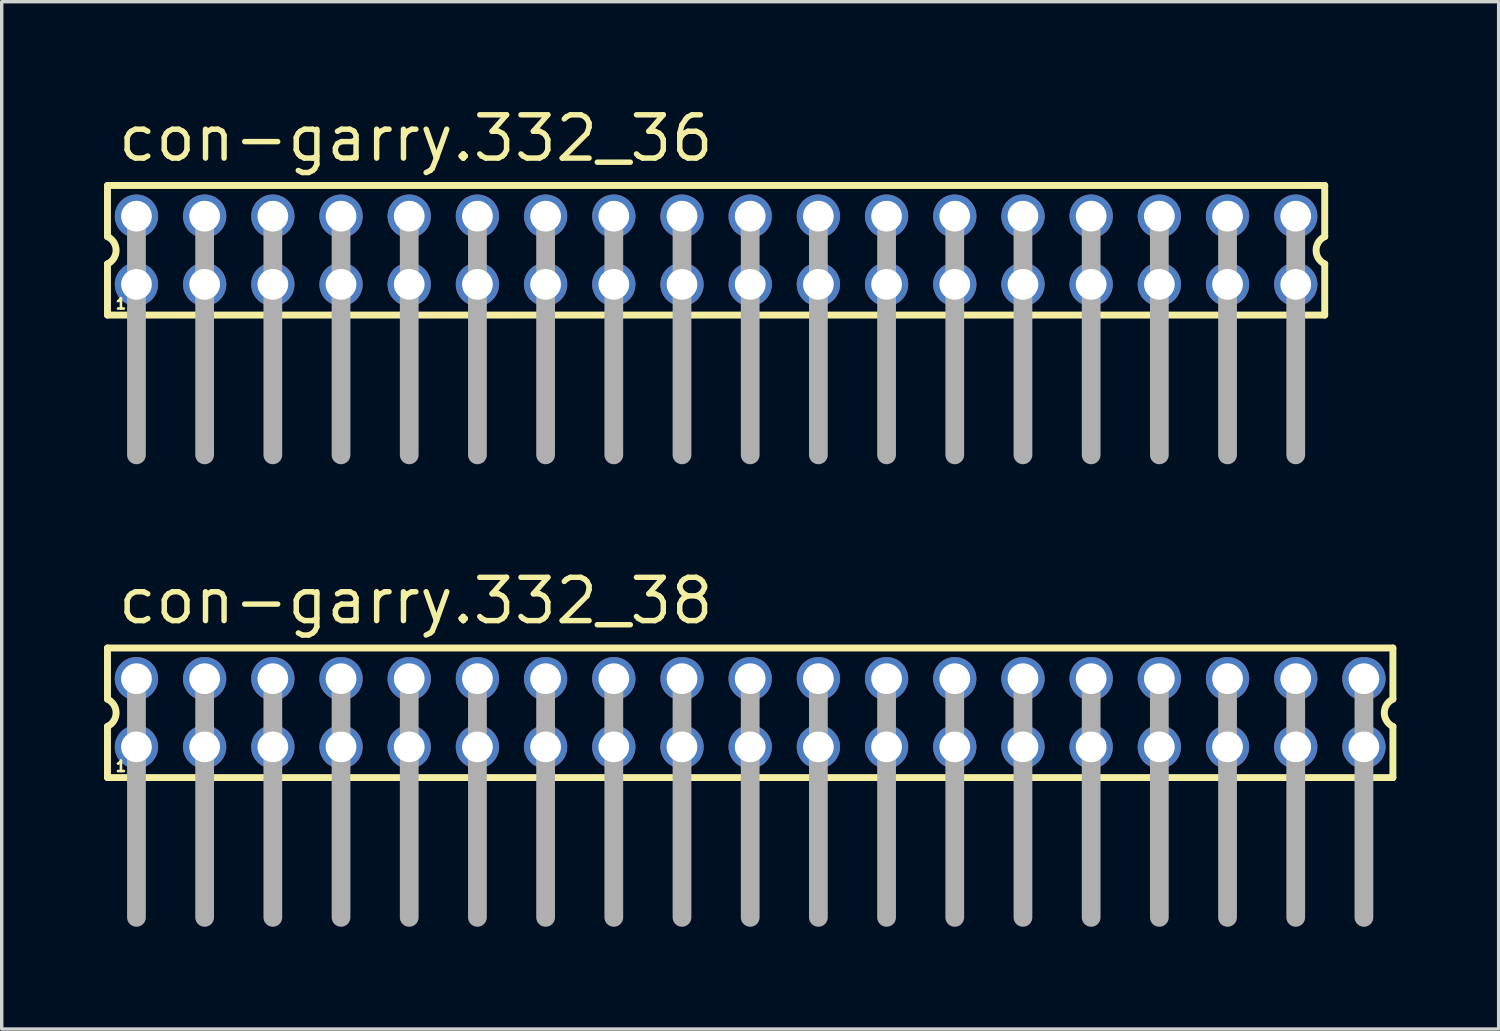
<source format=kicad_pcb>
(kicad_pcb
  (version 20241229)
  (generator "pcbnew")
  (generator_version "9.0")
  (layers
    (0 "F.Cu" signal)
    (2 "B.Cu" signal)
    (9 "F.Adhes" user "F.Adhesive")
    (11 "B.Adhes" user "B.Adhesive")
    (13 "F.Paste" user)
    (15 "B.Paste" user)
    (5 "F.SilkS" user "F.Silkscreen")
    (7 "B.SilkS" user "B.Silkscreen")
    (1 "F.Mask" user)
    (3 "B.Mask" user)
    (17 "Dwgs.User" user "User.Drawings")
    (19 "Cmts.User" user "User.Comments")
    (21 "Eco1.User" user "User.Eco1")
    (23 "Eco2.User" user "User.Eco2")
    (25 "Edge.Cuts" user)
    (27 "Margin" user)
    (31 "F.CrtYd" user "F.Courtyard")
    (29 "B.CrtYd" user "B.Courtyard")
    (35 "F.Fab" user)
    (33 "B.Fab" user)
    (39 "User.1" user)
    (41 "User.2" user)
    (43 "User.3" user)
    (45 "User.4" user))
  (footprint "con-garry.332_36"
    (layer "F.Cu")
    (at 17.952 4.29)
    (property "Reference" "con-garry.332_36" (at -17.62 -2.54 0) (layer "F.SilkS") (effects (font (size 1.27 1.27) (thickness 0.16)) (justify left bottom)))
    (attr through_hole)
    (fp_line (start -17.85 -1.9) (end -17.85 -0.4) (stroke (width 0.203) (type default)) (layer "F.SilkS"))
    (fp_line (start -17.85 0.4) (end -17.85 1.9) (stroke (width 0.203) (type default)) (layer "F.SilkS"))
    (fp_line (start -17.85 1.9) (end 17.85 1.9) (stroke (width 0.203) (type default)) (layer "F.SilkS"))
    (fp_line (start 17.85 -1.9) (end -17.85 -1.9) (stroke (width 0.203) (type default)) (layer "F.SilkS"))
    (fp_line (start 17.85 -0.4) (end 17.85 -1.9) (stroke (width 0.203) (type default)) (layer "F.SilkS"))
    (fp_line (start 17.85 1.9) (end 17.85 0.4) (stroke (width 0.203) (type default)) (layer "F.SilkS"))
    (fp_arc (start -17.85 -0.4) (mid -17.597167 0) (end -17.85 0.4) (stroke (width 0.2032) (type default)) (layer "F.SilkS"))
    (fp_arc (start 17.85 0.4) (mid 17.597167 0) (end 17.85 -0.4) (stroke (width 0.2032) (type default)) (layer "F.SilkS"))
    (fp_line (start -17 -1) (end -17 6) (stroke (width 0.55) (type default)) (layer "F.Fab"))
    (fp_line (start -15 -1) (end -15 6) (stroke (width 0.55) (type default)) (layer "F.Fab"))
    (fp_line (start -13 -1) (end -13 6) (stroke (width 0.55) (type default)) (layer "F.Fab"))
    (fp_line (start -11 -1) (end -11 6) (stroke (width 0.55) (type default)) (layer "F.Fab"))
    (fp_line (start -9 -1) (end -9 6) (stroke (width 0.55) (type default)) (layer "F.Fab"))
    (fp_line (start -7 -1) (end -7 6) (stroke (width 0.55) (type default)) (layer "F.Fab"))
    (fp_line (start -5 -1) (end -5 6) (stroke (width 0.55) (type default)) (layer "F.Fab"))
    (fp_line (start -3 -1) (end -3 6) (stroke (width 0.55) (type default)) (layer "F.Fab"))
    (fp_line (start -1 -1) (end -1 6) (stroke (width 0.55) (type default)) (layer "F.Fab"))
    (fp_line (start 1 -1) (end 1 6) (stroke (width 0.55) (type default)) (layer "F.Fab"))
    (fp_line (start 3 -1) (end 3 6) (stroke (width 0.55) (type default)) (layer "F.Fab"))
    (fp_line (start 5 -1) (end 5 6) (stroke (width 0.55) (type default)) (layer "F.Fab"))
    (fp_line (start 7 -1) (end 7 6) (stroke (width 0.55) (type default)) (layer "F.Fab"))
    (fp_line (start 9 -1) (end 9 6) (stroke (width 0.55) (type default)) (layer "F.Fab"))
    (fp_line (start 11 -1) (end 11 6) (stroke (width 0.55) (type default)) (layer "F.Fab"))
    (fp_line (start 13 -1) (end 13 6) (stroke (width 0.55) (type default)) (layer "F.Fab"))
    (fp_line (start 15 -1) (end 15 6) (stroke (width 0.55) (type default)) (layer "F.Fab"))
    (fp_line (start 17 -1) (end 17 6) (stroke (width 0.55) (type default)) (layer "F.Fab"))
    (fp_rect (start -17.25 -0.75) (end -16.75 -1.25) (stroke (width 0.05) (type default)) (fill no) (layer "F.Fab"))
    (fp_rect (start -17.25 1.25) (end -16.75 0.75) (stroke (width 0.05) (type default)) (fill no) (layer "F.Fab"))
    (fp_rect (start -15.25 -0.75) (end -14.75 -1.25) (stroke (width 0.05) (type default)) (fill no) (layer "F.Fab"))
    (fp_rect (start -15.25 1.25) (end -14.75 0.75) (stroke (width 0.05) (type default)) (fill no) (layer "F.Fab"))
    (fp_rect (start -13.25 -0.75) (end -12.75 -1.25) (stroke (width 0.05) (type default)) (fill no) (layer "F.Fab"))
    (fp_rect (start -13.25 1.25) (end -12.75 0.75) (stroke (width 0.05) (type default)) (fill no) (layer "F.Fab"))
    (fp_rect (start -11.25 -0.75) (end -10.75 -1.25) (stroke (width 0.05) (type default)) (fill no) (layer "F.Fab"))
    (fp_rect (start -11.25 1.25) (end -10.75 0.75) (stroke (width 0.05) (type default)) (fill no) (layer "F.Fab"))
    (fp_rect (start -9.25 -0.75) (end -8.75 -1.25) (stroke (width 0.05) (type default)) (fill no) (layer "F.Fab"))
    (fp_rect (start -9.25 1.25) (end -8.75 0.75) (stroke (width 0.05) (type default)) (fill no) (layer "F.Fab"))
    (fp_rect (start -7.25 -0.75) (end -6.75 -1.25) (stroke (width 0.05) (type default)) (fill no) (layer "F.Fab"))
    (fp_rect (start -7.25 1.25) (end -6.75 0.75) (stroke (width 0.05) (type default)) (fill no) (layer "F.Fab"))
    (fp_rect (start -5.25 -0.75) (end -4.75 -1.25) (stroke (width 0.05) (type default)) (fill no) (layer "F.Fab"))
    (fp_rect (start -5.25 1.25) (end -4.75 0.75) (stroke (width 0.05) (type default)) (fill no) (layer "F.Fab"))
    (fp_rect (start -3.25 -0.75) (end -2.75 -1.25) (stroke (width 0.05) (type default)) (fill no) (layer "F.Fab"))
    (fp_rect (start -3.25 1.25) (end -2.75 0.75) (stroke (width 0.05) (type default)) (fill no) (layer "F.Fab"))
    (fp_rect (start -1.25 -0.75) (end -0.75 -1.25) (stroke (width 0.05) (type default)) (fill no) (layer "F.Fab"))
    (fp_rect (start -1.25 1.25) (end -0.75 0.75) (stroke (width 0.05) (type default)) (fill no) (layer "F.Fab"))
    (fp_rect (start 0.75 -0.75) (end 1.25 -1.25) (stroke (width 0.05) (type default)) (fill no) (layer "F.Fab"))
    (fp_rect (start 0.75 1.25) (end 1.25 0.75) (stroke (width 0.05) (type default)) (fill no) (layer "F.Fab"))
    (fp_rect (start 2.75 -0.75) (end 3.25 -1.25) (stroke (width 0.05) (type default)) (fill no) (layer "F.Fab"))
    (fp_rect (start 2.75 1.25) (end 3.25 0.75) (stroke (width 0.05) (type default)) (fill no) (layer "F.Fab"))
    (fp_rect (start 4.75 -0.75) (end 5.25 -1.25) (stroke (width 0.05) (type default)) (fill no) (layer "F.Fab"))
    (fp_rect (start 4.75 1.25) (end 5.25 0.75) (stroke (width 0.05) (type default)) (fill no) (layer "F.Fab"))
    (fp_rect (start 6.75 -0.75) (end 7.25 -1.25) (stroke (width 0.05) (type default)) (fill no) (layer "F.Fab"))
    (fp_rect (start 6.75 1.25) (end 7.25 0.75) (stroke (width 0.05) (type default)) (fill no) (layer "F.Fab"))
    (fp_rect (start 8.75 -0.75) (end 9.25 -1.25) (stroke (width 0.05) (type default)) (fill no) (layer "F.Fab"))
    (fp_rect (start 8.75 1.25) (end 9.25 0.75) (stroke (width 0.05) (type default)) (fill no) (layer "F.Fab"))
    (fp_rect (start 10.75 -0.75) (end 11.25 -1.25) (stroke (width 0.05) (type default)) (fill no) (layer "F.Fab"))
    (fp_rect (start 10.75 1.25) (end 11.25 0.75) (stroke (width 0.05) (type default)) (fill no) (layer "F.Fab"))
    (fp_rect (start 12.75 -0.75) (end 13.25 -1.25) (stroke (width 0.05) (type default)) (fill no) (layer "F.Fab"))
    (fp_rect (start 12.75 1.25) (end 13.25 0.75) (stroke (width 0.05) (type default)) (fill no) (layer "F.Fab"))
    (fp_rect (start 14.75 -0.75) (end 15.25 -1.25) (stroke (width 0.05) (type default)) (fill no) (layer "F.Fab"))
    (fp_rect (start 14.75 1.25) (end 15.25 0.75) (stroke (width 0.05) (type default)) (fill no) (layer "F.Fab"))
    (fp_rect (start 16.75 -0.75) (end 17.25 -1.25) (stroke (width 0.05) (type default)) (fill no) (layer "F.Fab"))
    (fp_rect (start 16.75 1.25) (end 17.25 0.75) (stroke (width 0.05) (type default)) (fill no) (layer "F.Fab"))
    (fp_text user "1" (at -17.65 1.75 0) (layer "F.SilkS") (effects (font (size 0.305 0.305) (thickness 0.15)) (justify left bottom)))
    (pad "1" thru_hole circle (at -17 1) (size 1.27 1.27) (drill 0.9) (layers "*.Cu" "*.Mask"))
    (pad "2" thru_hole circle (at -17 -1) (size 1.27 1.27) (drill 0.9) (layers "*.Cu" "*.Mask"))
    (pad "3" thru_hole circle (at -15 1) (size 1.27 1.27) (drill 0.9) (layers "*.Cu" "*.Mask"))
    (pad "4" thru_hole circle (at -15 -1) (size 1.27 1.27) (drill 0.9) (layers "*.Cu" "*.Mask"))
    (pad "5" thru_hole circle (at -13 1) (size 1.27 1.27) (drill 0.9) (layers "*.Cu" "*.Mask"))
    (pad "6" thru_hole circle (at -13 -1) (size 1.27 1.27) (drill 0.9) (layers "*.Cu" "*.Mask"))
    (pad "7" thru_hole circle (at -11 1) (size 1.27 1.27) (drill 0.9) (layers "*.Cu" "*.Mask"))
    (pad "8" thru_hole circle (at -11 -1) (size 1.27 1.27) (drill 0.9) (layers "*.Cu" "*.Mask"))
    (pad "9" thru_hole circle (at -9 1) (size 1.27 1.27) (drill 0.9) (layers "*.Cu" "*.Mask"))
    (pad "10" thru_hole circle (at -9 -1) (size 1.27 1.27) (drill 0.9) (layers "*.Cu" "*.Mask"))
    (pad "11" thru_hole circle (at -7 1) (size 1.27 1.27) (drill 0.9) (layers "*.Cu" "*.Mask"))
    (pad "12" thru_hole circle (at -7 -1) (size 1.27 1.27) (drill 0.9) (layers "*.Cu" "*.Mask"))
    (pad "13" thru_hole circle (at -5 1) (size 1.27 1.27) (drill 0.9) (layers "*.Cu" "*.Mask"))
    (pad "14" thru_hole circle (at -5 -1) (size 1.27 1.27) (drill 0.9) (layers "*.Cu" "*.Mask"))
    (pad "15" thru_hole circle (at -3 1) (size 1.27 1.27) (drill 0.9) (layers "*.Cu" "*.Mask"))
    (pad "16" thru_hole circle (at -3 -1) (size 1.27 1.27) (drill 0.9) (layers "*.Cu" "*.Mask"))
    (pad "17" thru_hole circle (at -1 1) (size 1.27 1.27) (drill 0.9) (layers "*.Cu" "*.Mask"))
    (pad "18" thru_hole circle (at -1 -1) (size 1.27 1.27) (drill 0.9) (layers "*.Cu" "*.Mask"))
    (pad "19" thru_hole circle (at 1 1) (size 1.27 1.27) (drill 0.9) (layers "*.Cu" "*.Mask"))
    (pad "20" thru_hole circle (at 1 -1) (size 1.27 1.27) (drill 0.9) (layers "*.Cu" "*.Mask"))
    (pad "21" thru_hole circle (at 3 1) (size 1.27 1.27) (drill 0.9) (layers "*.Cu" "*.Mask"))
    (pad "22" thru_hole circle (at 3 -1) (size 1.27 1.27) (drill 0.9) (layers "*.Cu" "*.Mask"))
    (pad "23" thru_hole circle (at 5 1) (size 1.27 1.27) (drill 0.9) (layers "*.Cu" "*.Mask"))
    (pad "24" thru_hole circle (at 5 -1) (size 1.27 1.27) (drill 0.9) (layers "*.Cu" "*.Mask"))
    (pad "25" thru_hole circle (at 7 1) (size 1.27 1.27) (drill 0.9) (layers "*.Cu" "*.Mask"))
    (pad "26" thru_hole circle (at 7 -1) (size 1.27 1.27) (drill 0.9) (layers "*.Cu" "*.Mask"))
    (pad "27" thru_hole circle (at 9 1) (size 1.27 1.27) (drill 0.9) (layers "*.Cu" "*.Mask"))
    (pad "28" thru_hole circle (at 9 -1) (size 1.27 1.27) (drill 0.9) (layers "*.Cu" "*.Mask"))
    (pad "29" thru_hole circle (at 11 1) (size 1.27 1.27) (drill 0.9) (layers "*.Cu" "*.Mask"))
    (pad "30" thru_hole circle (at 11 -1) (size 1.27 1.27) (drill 0.9) (layers "*.Cu" "*.Mask"))
    (pad "31" thru_hole circle (at 13 1) (size 1.27 1.27) (drill 0.9) (layers "*.Cu" "*.Mask"))
    (pad "32" thru_hole circle (at 13 -1) (size 1.27 1.27) (drill 0.9) (layers "*.Cu" "*.Mask"))
    (pad "33" thru_hole circle (at 15 1) (size 1.27 1.27) (drill 0.9) (layers "*.Cu" "*.Mask"))
    (pad "34" thru_hole circle (at 15 -1) (size 1.27 1.27) (drill 0.9) (layers "*.Cu" "*.Mask"))
    (pad "35" thru_hole circle (at 17 1) (size 1.27 1.27) (drill 0.9) (layers "*.Cu" "*.Mask"))
    (pad "36" thru_hole circle (at 17 -1) (size 1.27 1.27) (drill 0.9) (layers "*.Cu" "*.Mask")))
  (footprint "con-garry.332_38"
    (layer "F.Cu")
    (at 18.952 17.855)
    (property "Reference" "con-garry.332_38" (at -18.62 -2.54 0) (layer "F.SilkS") (effects (font (size 1.27 1.27) (thickness 0.16)) (justify left bottom)))
    (attr through_hole)
    (fp_line (start -18.85 -1.9) (end -18.85 -0.4) (stroke (width 0.203) (type default)) (layer "F.SilkS"))
    (fp_line (start -18.85 0.4) (end -18.85 1.9) (stroke (width 0.203) (type default)) (layer "F.SilkS"))
    (fp_line (start -18.85 1.9) (end 18.85 1.9) (stroke (width 0.203) (type default)) (layer "F.SilkS"))
    (fp_line (start 18.85 -1.9) (end -18.85 -1.9) (stroke (width 0.203) (type default)) (layer "F.SilkS"))
    (fp_line (start 18.85 -0.4) (end 18.85 -1.9) (stroke (width 0.203) (type default)) (layer "F.SilkS"))
    (fp_line (start 18.85 1.9) (end 18.85 0.4) (stroke (width 0.203) (type default)) (layer "F.SilkS"))
    (fp_arc (start -18.85 -0.4) (mid -18.597167 0) (end -18.85 0.4) (stroke (width 0.2032) (type default)) (layer "F.SilkS"))
    (fp_arc (start 18.85 0.4) (mid 18.597167 0) (end 18.85 -0.4) (stroke (width 0.2032) (type default)) (layer "F.SilkS"))
    (fp_line (start -18 -1) (end -18 6) (stroke (width 0.55) (type default)) (layer "F.Fab"))
    (fp_line (start -16 -1) (end -16 6) (stroke (width 0.55) (type default)) (layer "F.Fab"))
    (fp_line (start -14 -1) (end -14 6) (stroke (width 0.55) (type default)) (layer "F.Fab"))
    (fp_line (start -12 -1) (end -12 6) (stroke (width 0.55) (type default)) (layer "F.Fab"))
    (fp_line (start -10 -1) (end -10 6) (stroke (width 0.55) (type default)) (layer "F.Fab"))
    (fp_line (start -8 -1) (end -8 6) (stroke (width 0.55) (type default)) (layer "F.Fab"))
    (fp_line (start -6 -1) (end -6 6) (stroke (width 0.55) (type default)) (layer "F.Fab"))
    (fp_line (start -4 -1) (end -4 6) (stroke (width 0.55) (type default)) (layer "F.Fab"))
    (fp_line (start -2 -1) (end -2 6) (stroke (width 0.55) (type default)) (layer "F.Fab"))
    (fp_line (start 0 -1) (end 0 6) (stroke (width 0.55) (type default)) (layer "F.Fab"))
    (fp_line (start 2 -1) (end 2 6) (stroke (width 0.55) (type default)) (layer "F.Fab"))
    (fp_line (start 4 -1) (end 4 6) (stroke (width 0.55) (type default)) (layer "F.Fab"))
    (fp_line (start 6 -1) (end 6 6) (stroke (width 0.55) (type default)) (layer "F.Fab"))
    (fp_line (start 8 -1) (end 8 6) (stroke (width 0.55) (type default)) (layer "F.Fab"))
    (fp_line (start 10 -1) (end 10 6) (stroke (width 0.55) (type default)) (layer "F.Fab"))
    (fp_line (start 12 -1) (end 12 6) (stroke (width 0.55) (type default)) (layer "F.Fab"))
    (fp_line (start 14 -1) (end 14 6) (stroke (width 0.55) (type default)) (layer "F.Fab"))
    (fp_line (start 16 -1) (end 16 6) (stroke (width 0.55) (type default)) (layer "F.Fab"))
    (fp_line (start 18 -1) (end 18 6) (stroke (width 0.55) (type default)) (layer "F.Fab"))
    (fp_rect (start -18.25 -0.75) (end -17.75 -1.25) (stroke (width 0.05) (type default)) (fill no) (layer "F.Fab"))
    (fp_rect (start -18.25 1.25) (end -17.75 0.75) (stroke (width 0.05) (type default)) (fill no) (layer "F.Fab"))
    (fp_rect (start -16.25 -0.75) (end -15.75 -1.25) (stroke (width 0.05) (type default)) (fill no) (layer "F.Fab"))
    (fp_rect (start -16.25 1.25) (end -15.75 0.75) (stroke (width 0.05) (type default)) (fill no) (layer "F.Fab"))
    (fp_rect (start -14.25 -0.75) (end -13.75 -1.25) (stroke (width 0.05) (type default)) (fill no) (layer "F.Fab"))
    (fp_rect (start -14.25 1.25) (end -13.75 0.75) (stroke (width 0.05) (type default)) (fill no) (layer "F.Fab"))
    (fp_rect (start -12.25 -0.75) (end -11.75 -1.25) (stroke (width 0.05) (type default)) (fill no) (layer "F.Fab"))
    (fp_rect (start -12.25 1.25) (end -11.75 0.75) (stroke (width 0.05) (type default)) (fill no) (layer "F.Fab"))
    (fp_rect (start -10.25 -0.75) (end -9.75 -1.25) (stroke (width 0.05) (type default)) (fill no) (layer "F.Fab"))
    (fp_rect (start -10.25 1.25) (end -9.75 0.75) (stroke (width 0.05) (type default)) (fill no) (layer "F.Fab"))
    (fp_rect (start -8.25 -0.75) (end -7.75 -1.25) (stroke (width 0.05) (type default)) (fill no) (layer "F.Fab"))
    (fp_rect (start -8.25 1.25) (end -7.75 0.75) (stroke (width 0.05) (type default)) (fill no) (layer "F.Fab"))
    (fp_rect (start -6.25 -0.75) (end -5.75 -1.25) (stroke (width 0.05) (type default)) (fill no) (layer "F.Fab"))
    (fp_rect (start -6.25 1.25) (end -5.75 0.75) (stroke (width 0.05) (type default)) (fill no) (layer "F.Fab"))
    (fp_rect (start -4.25 -0.75) (end -3.75 -1.25) (stroke (width 0.05) (type default)) (fill no) (layer "F.Fab"))
    (fp_rect (start -4.25 1.25) (end -3.75 0.75) (stroke (width 0.05) (type default)) (fill no) (layer "F.Fab"))
    (fp_rect (start -2.25 -0.75) (end -1.75 -1.25) (stroke (width 0.05) (type default)) (fill no) (layer "F.Fab"))
    (fp_rect (start -2.25 1.25) (end -1.75 0.75) (stroke (width 0.05) (type default)) (fill no) (layer "F.Fab"))
    (fp_rect (start -0.25 -0.75) (end 0.25 -1.25) (stroke (width 0.05) (type default)) (fill no) (layer "F.Fab"))
    (fp_rect (start -0.25 1.25) (end 0.25 0.75) (stroke (width 0.05) (type default)) (fill no) (layer "F.Fab"))
    (fp_rect (start 1.75 -0.75) (end 2.25 -1.25) (stroke (width 0.05) (type default)) (fill no) (layer "F.Fab"))
    (fp_rect (start 1.75 1.25) (end 2.25 0.75) (stroke (width 0.05) (type default)) (fill no) (layer "F.Fab"))
    (fp_rect (start 3.75 -0.75) (end 4.25 -1.25) (stroke (width 0.05) (type default)) (fill no) (layer "F.Fab"))
    (fp_rect (start 3.75 1.25) (end 4.25 0.75) (stroke (width 0.05) (type default)) (fill no) (layer "F.Fab"))
    (fp_rect (start 5.75 -0.75) (end 6.25 -1.25) (stroke (width 0.05) (type default)) (fill no) (layer "F.Fab"))
    (fp_rect (start 5.75 1.25) (end 6.25 0.75) (stroke (width 0.05) (type default)) (fill no) (layer "F.Fab"))
    (fp_rect (start 7.75 -0.75) (end 8.25 -1.25) (stroke (width 0.05) (type default)) (fill no) (layer "F.Fab"))
    (fp_rect (start 7.75 1.25) (end 8.25 0.75) (stroke (width 0.05) (type default)) (fill no) (layer "F.Fab"))
    (fp_rect (start 9.75 -0.75) (end 10.25 -1.25) (stroke (width 0.05) (type default)) (fill no) (layer "F.Fab"))
    (fp_rect (start 9.75 1.25) (end 10.25 0.75) (stroke (width 0.05) (type default)) (fill no) (layer "F.Fab"))
    (fp_rect (start 11.75 -0.75) (end 12.25 -1.25) (stroke (width 0.05) (type default)) (fill no) (layer "F.Fab"))
    (fp_rect (start 11.75 1.25) (end 12.25 0.75) (stroke (width 0.05) (type default)) (fill no) (layer "F.Fab"))
    (fp_rect (start 13.75 -0.75) (end 14.25 -1.25) (stroke (width 0.05) (type default)) (fill no) (layer "F.Fab"))
    (fp_rect (start 13.75 1.25) (end 14.25 0.75) (stroke (width 0.05) (type default)) (fill no) (layer "F.Fab"))
    (fp_rect (start 15.75 -0.75) (end 16.25 -1.25) (stroke (width 0.05) (type default)) (fill no) (layer "F.Fab"))
    (fp_rect (start 15.75 1.25) (end 16.25 0.75) (stroke (width 0.05) (type default)) (fill no) (layer "F.Fab"))
    (fp_rect (start 17.75 -0.75) (end 18.25 -1.25) (stroke (width 0.05) (type default)) (fill no) (layer "F.Fab"))
    (fp_rect (start 17.75 1.25) (end 18.25 0.75) (stroke (width 0.05) (type default)) (fill no) (layer "F.Fab"))
    (fp_text user "1" (at -18.65 1.75 0) (layer "F.SilkS") (effects (font (size 0.305 0.305) (thickness 0.15)) (justify left bottom)))
    (pad "1" thru_hole circle (at -18 1) (size 1.27 1.27) (drill 0.9) (layers "*.Cu" "*.Mask"))
    (pad "2" thru_hole circle (at -18 -1) (size 1.27 1.27) (drill 0.9) (layers "*.Cu" "*.Mask"))
    (pad "3" thru_hole circle (at -16 1) (size 1.27 1.27) (drill 0.9) (layers "*.Cu" "*.Mask"))
    (pad "4" thru_hole circle (at -16 -1) (size 1.27 1.27) (drill 0.9) (layers "*.Cu" "*.Mask"))
    (pad "5" thru_hole circle (at -14 1) (size 1.27 1.27) (drill 0.9) (layers "*.Cu" "*.Mask"))
    (pad "6" thru_hole circle (at -14 -1) (size 1.27 1.27) (drill 0.9) (layers "*.Cu" "*.Mask"))
    (pad "7" thru_hole circle (at -12 1) (size 1.27 1.27) (drill 0.9) (layers "*.Cu" "*.Mask"))
    (pad "8" thru_hole circle (at -12 -1) (size 1.27 1.27) (drill 0.9) (layers "*.Cu" "*.Mask"))
    (pad "9" thru_hole circle (at -10 1) (size 1.27 1.27) (drill 0.9) (layers "*.Cu" "*.Mask"))
    (pad "10" thru_hole circle (at -10 -1) (size 1.27 1.27) (drill 0.9) (layers "*.Cu" "*.Mask"))
    (pad "11" thru_hole circle (at -8 1) (size 1.27 1.27) (drill 0.9) (layers "*.Cu" "*.Mask"))
    (pad "12" thru_hole circle (at -8 -1) (size 1.27 1.27) (drill 0.9) (layers "*.Cu" "*.Mask"))
    (pad "13" thru_hole circle (at -6 1) (size 1.27 1.27) (drill 0.9) (layers "*.Cu" "*.Mask"))
    (pad "14" thru_hole circle (at -6 -1) (size 1.27 1.27) (drill 0.9) (layers "*.Cu" "*.Mask"))
    (pad "15" thru_hole circle (at -4 1) (size 1.27 1.27) (drill 0.9) (layers "*.Cu" "*.Mask"))
    (pad "16" thru_hole circle (at -4 -1) (size 1.27 1.27) (drill 0.9) (layers "*.Cu" "*.Mask"))
    (pad "17" thru_hole circle (at -2 1) (size 1.27 1.27) (drill 0.9) (layers "*.Cu" "*.Mask"))
    (pad "18" thru_hole circle (at -2 -1) (size 1.27 1.27) (drill 0.9) (layers "*.Cu" "*.Mask"))
    (pad "19" thru_hole circle (at 0 1) (size 1.27 1.27) (drill 0.9) (layers "*.Cu" "*.Mask"))
    (pad "20" thru_hole circle (at 0 -1) (size 1.27 1.27) (drill 0.9) (layers "*.Cu" "*.Mask"))
    (pad "21" thru_hole circle (at 2 1) (size 1.27 1.27) (drill 0.9) (layers "*.Cu" "*.Mask"))
    (pad "22" thru_hole circle (at 2 -1) (size 1.27 1.27) (drill 0.9) (layers "*.Cu" "*.Mask"))
    (pad "23" thru_hole circle (at 4 1) (size 1.27 1.27) (drill 0.9) (layers "*.Cu" "*.Mask"))
    (pad "24" thru_hole circle (at 4 -1) (size 1.27 1.27) (drill 0.9) (layers "*.Cu" "*.Mask"))
    (pad "25" thru_hole circle (at 6 1) (size 1.27 1.27) (drill 0.9) (layers "*.Cu" "*.Mask"))
    (pad "26" thru_hole circle (at 6 -1) (size 1.27 1.27) (drill 0.9) (layers "*.Cu" "*.Mask"))
    (pad "27" thru_hole circle (at 8 1) (size 1.27 1.27) (drill 0.9) (layers "*.Cu" "*.Mask"))
    (pad "28" thru_hole circle (at 8 -1) (size 1.27 1.27) (drill 0.9) (layers "*.Cu" "*.Mask"))
    (pad "29" thru_hole circle (at 10 1) (size 1.27 1.27) (drill 0.9) (layers "*.Cu" "*.Mask"))
    (pad "30" thru_hole circle (at 10 -1) (size 1.27 1.27) (drill 0.9) (layers "*.Cu" "*.Mask"))
    (pad "31" thru_hole circle (at 12 1) (size 1.27 1.27) (drill 0.9) (layers "*.Cu" "*.Mask"))
    (pad "32" thru_hole circle (at 12 -1) (size 1.27 1.27) (drill 0.9) (layers "*.Cu" "*.Mask"))
    (pad "33" thru_hole circle (at 14 1) (size 1.27 1.27) (drill 0.9) (layers "*.Cu" "*.Mask"))
    (pad "34" thru_hole circle (at 14 -1) (size 1.27 1.27) (drill 0.9) (layers "*.Cu" "*.Mask"))
    (pad "35" thru_hole circle (at 16 1) (size 1.27 1.27) (drill 0.9) (layers "*.Cu" "*.Mask"))
    (pad "36" thru_hole circle (at 16 -1) (size 1.27 1.27) (drill 0.9) (layers "*.Cu" "*.Mask"))
    (pad "37" thru_hole circle (at 18 1) (size 1.27 1.27) (drill 0.9) (layers "*.Cu" "*.Mask"))
    (pad "38" thru_hole circle (at 18 -1) (size 1.27 1.27) (drill 0.9) (layers "*.Cu" "*.Mask")))
  (gr_rect
    (start -3 -3)
    (end 40.903 27.13)
    (stroke (width 0.1) (type default))
    (fill no)
    (layer "Edge.Cuts")))
</source>
